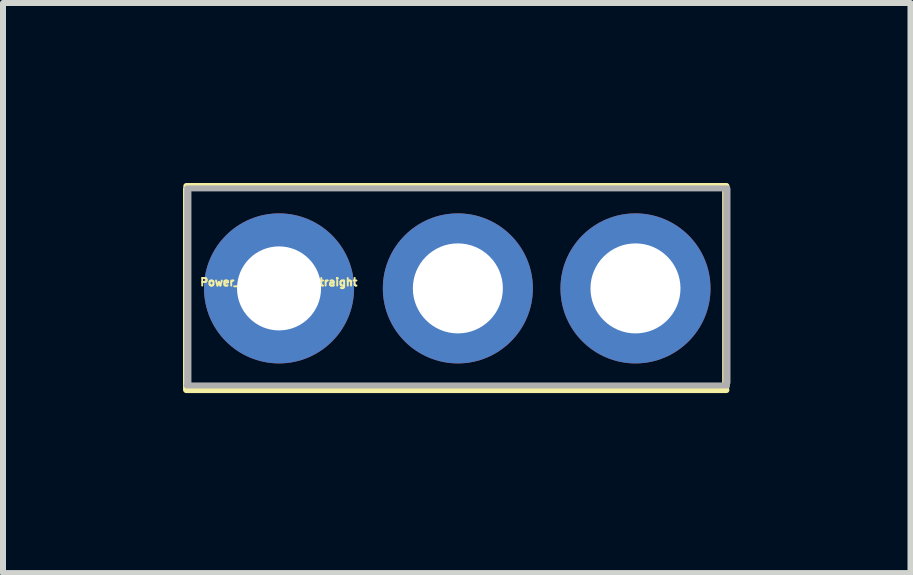
<source format=kicad_pcb>
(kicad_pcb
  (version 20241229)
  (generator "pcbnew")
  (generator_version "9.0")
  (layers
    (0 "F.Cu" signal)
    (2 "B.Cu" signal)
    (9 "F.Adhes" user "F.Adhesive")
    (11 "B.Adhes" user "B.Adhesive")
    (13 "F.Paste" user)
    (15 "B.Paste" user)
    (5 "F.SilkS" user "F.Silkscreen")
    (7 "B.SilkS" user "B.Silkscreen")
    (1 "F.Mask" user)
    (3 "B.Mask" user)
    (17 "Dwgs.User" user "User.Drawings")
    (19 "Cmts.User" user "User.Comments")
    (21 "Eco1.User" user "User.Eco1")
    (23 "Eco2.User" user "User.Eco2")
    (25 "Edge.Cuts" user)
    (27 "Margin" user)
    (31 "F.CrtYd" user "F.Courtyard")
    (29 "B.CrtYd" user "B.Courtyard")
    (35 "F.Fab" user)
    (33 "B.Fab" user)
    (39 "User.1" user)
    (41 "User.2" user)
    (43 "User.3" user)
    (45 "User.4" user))
  (footprint "Power_03x2.54mm_Straight"
    (layer "F.Cu")
    (at 2.055 1.65)
    (property "Reference" "Power_03x2.54mm_Straight" (at -0.459 0.002 0) (layer "F.SilkS") (effects (font (size 0.127 0.127) (thickness 0.032))))
    (attr through_hole)
    (fp_line (start -2 -1.6) (end 7 -1.6) (stroke (width 0.1) (type solid)) (layer "F.SilkS"))
    (fp_line (start -2 1.8) (end 7 1.8) (stroke (width 0.1) (type solid)) (layer "F.SilkS"))
    (fp_line (start -1.995 -1.554) (end -1.995 1.786) (stroke (width 0.12) (type solid)) (layer "F.SilkS"))
    (fp_line (start 6.989 -1.589) (end 6.989 1.751) (stroke (width 0.12) (type solid)) (layer "F.SilkS"))
    (fp_line (start -1.992 1.724) (end 7.008 1.724) (stroke (width 0.1) (type solid)) (layer "F.Fab"))
    (fp_line (start -1.985 -1.56) (end 7.015 -1.56) (stroke (width 0.1) (type solid)) (layer "F.Fab"))
    (fp_line (start -1.975 -1.514) (end -1.975 1.696) (stroke (width 0.12) (type solid)) (layer "F.Fab"))
    (fp_line (start 7.008 -1.537) (end 7.008 1.673) (stroke (width 0.12) (type solid)) (layer "F.Fab"))
    (pad "1" thru_hole oval (at -0.455 0.106) (size 2.5 2.5) (drill 1.4) (layers "*.Cu" "*.Mask"))
    (pad "2" thru_hole circle (at 2.525 0.106) (size 2.5 2.5) (drill 1.5) (layers "*.Cu" "*.Mask"))
    (pad "3" thru_hole circle (at 5.485 0.106) (size 2.5 2.5) (drill 1.5) (layers "*.Cu" "*.Mask")))
  (gr_rect
    (start -3 -3)
    (end 12.123 6.5)
    (stroke (width 0.1) (type default))
    (fill no)
    (layer "Edge.Cuts")))
</source>
